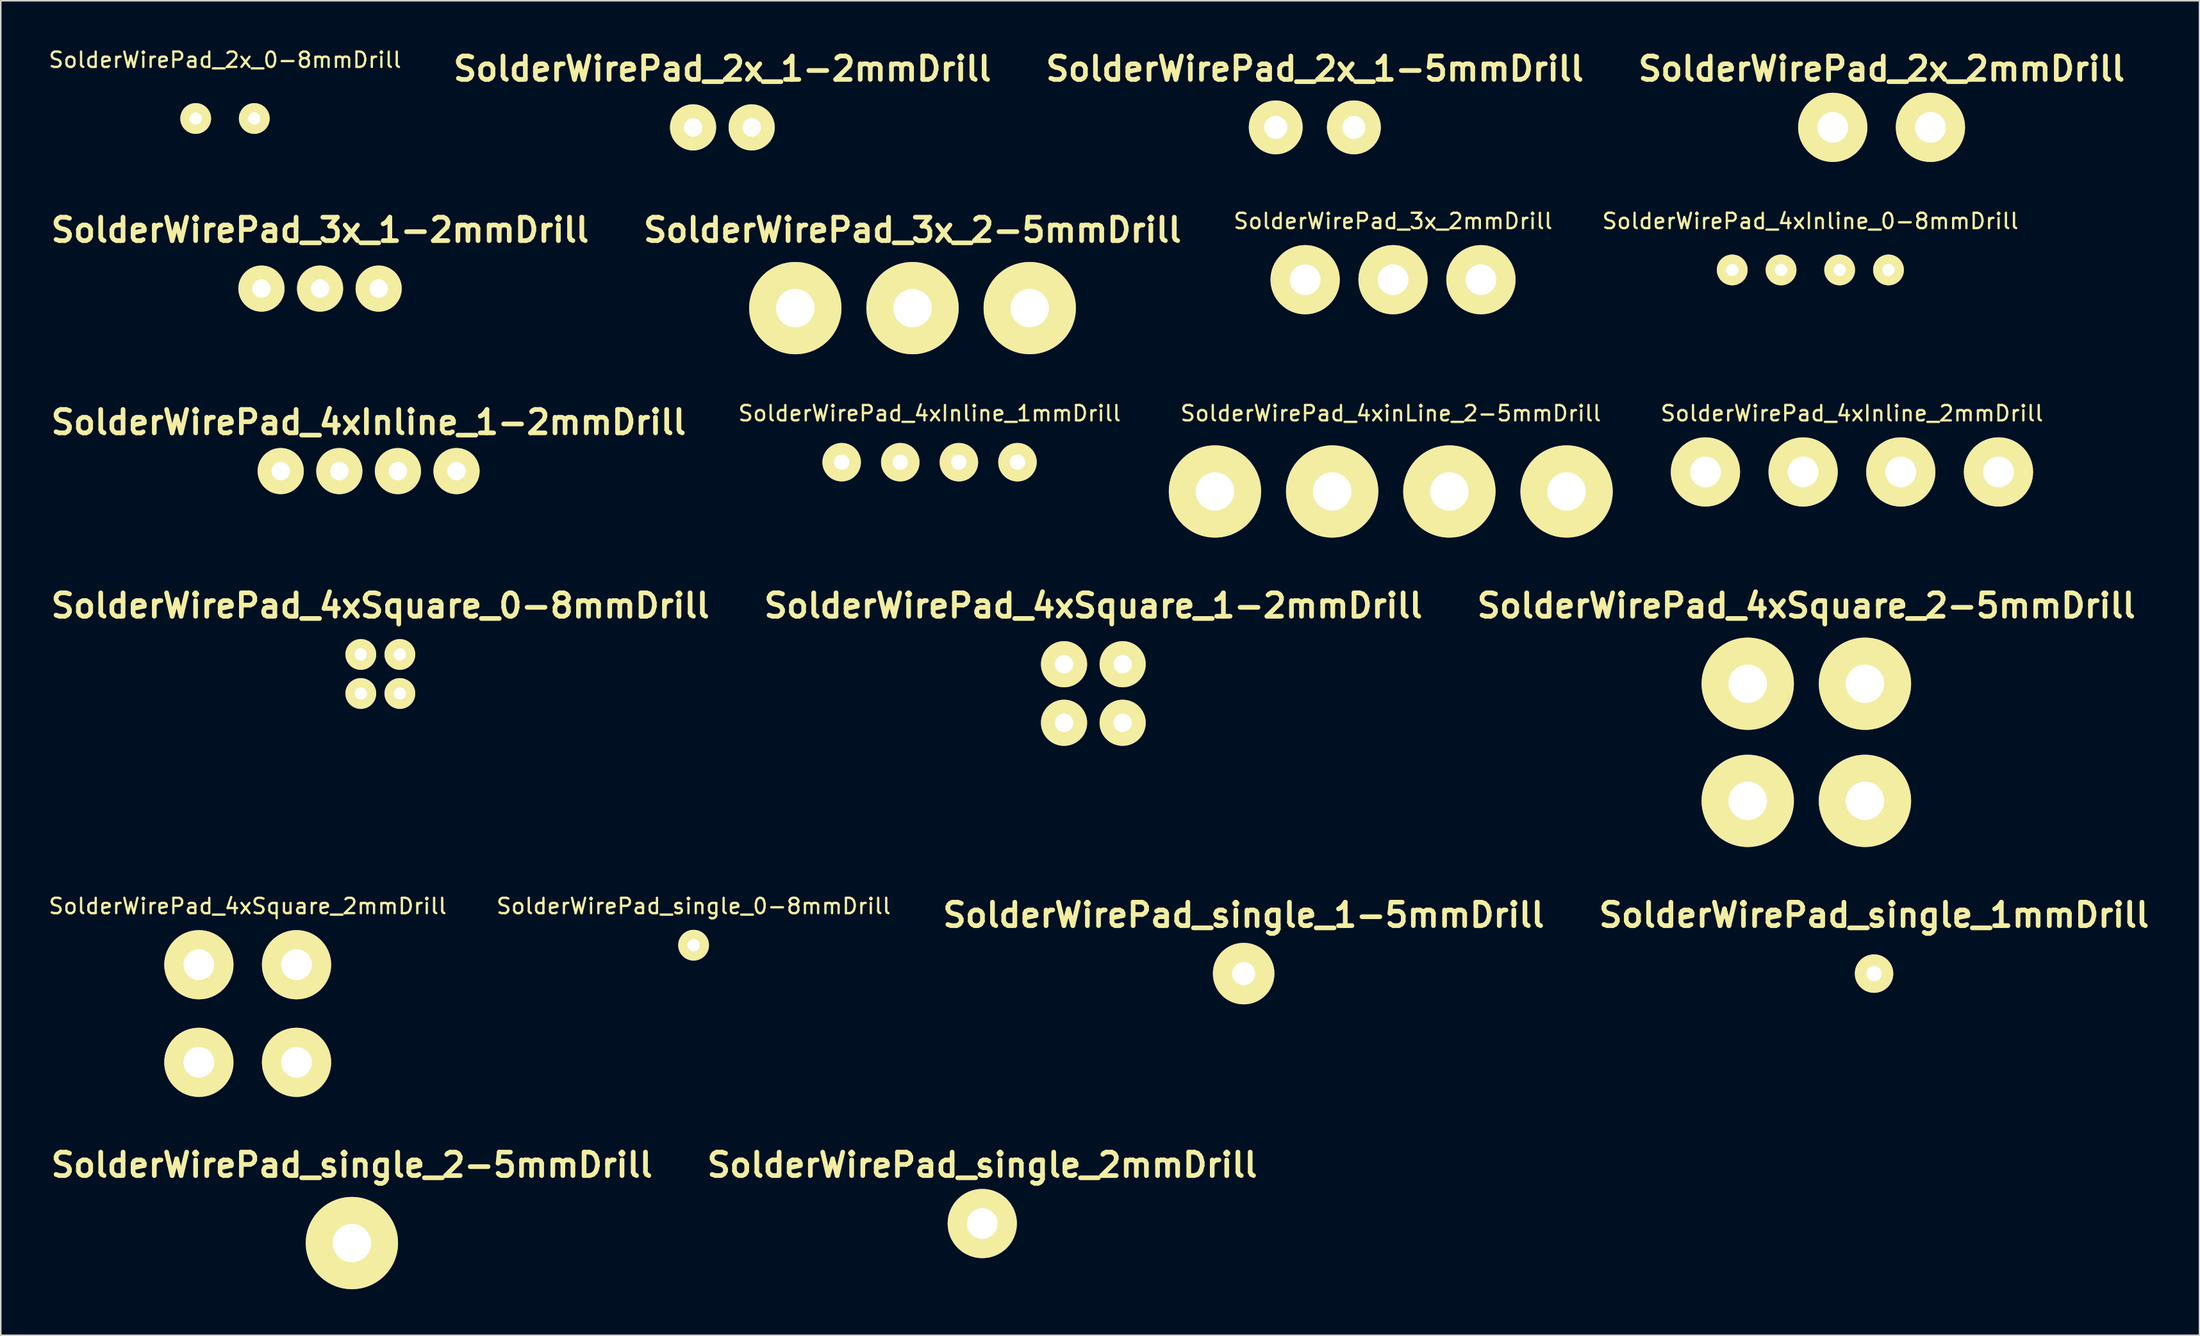
<source format=kicad_pcb>
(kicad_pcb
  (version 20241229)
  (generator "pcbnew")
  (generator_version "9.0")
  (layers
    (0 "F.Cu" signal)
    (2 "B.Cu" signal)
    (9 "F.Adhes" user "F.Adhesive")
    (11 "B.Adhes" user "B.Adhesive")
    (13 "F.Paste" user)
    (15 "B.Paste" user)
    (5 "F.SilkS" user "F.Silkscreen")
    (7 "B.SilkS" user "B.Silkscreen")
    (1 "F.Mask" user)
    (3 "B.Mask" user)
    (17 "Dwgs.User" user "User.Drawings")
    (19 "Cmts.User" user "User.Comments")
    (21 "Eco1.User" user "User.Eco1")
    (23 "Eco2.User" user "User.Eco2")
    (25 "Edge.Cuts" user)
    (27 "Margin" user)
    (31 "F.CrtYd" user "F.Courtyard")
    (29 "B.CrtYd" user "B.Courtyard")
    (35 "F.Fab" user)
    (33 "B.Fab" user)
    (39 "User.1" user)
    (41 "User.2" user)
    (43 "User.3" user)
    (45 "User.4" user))
  (footprint "SolderWirePad_4xSquare_0-8mmDrill"
    (layer "F.Cu")
    (at 21.677 40.793)
    (property "Reference" "SolderWirePad_4xSquare_0-8mmDrill" (at 0 -4.445 0) (layer "F.SilkS") (effects (font (size 1.524 1.524) (thickness 0.305))))
    (attr through_hole)
    (pad "1" thru_hole circle (at -1.27 -1.27) (size 1.999 1.999) (drill 0.8) (layers "*.Cu" "*.Mask" "F.SilkS"))
    (pad "1" thru_hole circle (at -1.27 1.27) (size 1.999 1.999) (drill 0.8) (layers "*.Cu" "*.Mask" "F.SilkS"))
    (pad "1" thru_hole circle (at 1.27 -1.27) (size 1.999 1.999) (drill 0.8) (layers "*.Cu" "*.Mask" "F.SilkS"))
    (pad "1" thru_hole circle (at 1.27 1.27) (size 1.999 1.999) (drill 0.8) (layers "*.Cu" "*.Mask" "F.SilkS")))
  (footprint "SolderWirePad_single_2-5mmDrill"
    (layer "F.Cu")
    (at 19.827 77.812)
    (property "Reference" "SolderWirePad_single_2-5mmDrill" (at 0 -5.08 0) (layer "F.SilkS") (effects (font (size 1.524 1.524) (thickness 0.305))))
    (attr through_hole)
    (pad "1" thru_hole circle (at 0 0) (size 5.999 5.999) (drill 2.499) (layers "*.Cu" "*.Mask" "F.SilkS")))
  (footprint "SolderWirePad_4xinLine_2-5mmDrill"
    (layer "F.Cu")
    (at 87.367 28.921)
    (property "Reference" "SolderWirePad_4xinLine_2-5mmDrill" (at 0 -5.08 0) (layer "F.SilkS") (effects (font (size 1 1) (thickness 0.15))))
    (attr through_hole)
    (pad "1" thru_hole circle (at -11.43 0) (size 5.999 5.999) (drill 2.499) (layers "*.Cu" "*.Mask" "F.SilkS"))
    (pad "1" thru_hole circle (at -3.81 0) (size 5.999 5.999) (drill 2.499) (layers "*.Cu" "*.Mask" "F.SilkS"))
    (pad "1" thru_hole circle (at 3.81 0) (size 5.999 5.999) (drill 2.499) (layers "*.Cu" "*.Mask" "F.SilkS"))
    (pad "1" thru_hole circle (at 11.43 0) (size 5.999 5.999) (drill 2.499) (layers "*.Cu" "*.Mask" "F.SilkS")))
  (footprint "SolderWirePad_2x_1-5mmDrill"
    (layer "F.Cu")
    (at 82.429 5.236)
    (property "Reference" "SolderWirePad_2x_1-5mmDrill" (at 0 -3.81 0) (layer "F.SilkS") (effects (font (size 1.524 1.524) (thickness 0.305))))
    (attr through_hole)
    (pad "1" thru_hole circle (at -2.54 0) (size 3.5 3.5) (drill 1.501) (layers "*.Cu" "*.Mask" "F.SilkS"))
    (pad "1" thru_hole circle (at 2.54 0) (size 3.5 3.5) (drill 1.501) (layers "*.Cu" "*.Mask" "F.SilkS")))
  (footprint "SolderWirePad_2x_2mmDrill"
    (layer "F.Cu")
    (at 119.277 5.236)
    (property "Reference" "SolderWirePad_2x_2mmDrill" (at 0 -3.81 0) (layer "F.SilkS") (effects (font (size 1.524 1.524) (thickness 0.305))))
    (attr through_hole)
    (pad "1" thru_hole circle (at -3.175 0) (size 4.501 4.501) (drill 1.999) (layers "*.Cu" "*.Mask" "F.SilkS"))
    (pad "1" thru_hole circle (at 3.175 0) (size 4.501 4.501) (drill 1.999) (layers "*.Cu" "*.Mask" "F.SilkS")))
  (footprint "SolderWirePad_4xInline_1-2mmDrill"
    (layer "F.Cu")
    (at 20.915 27.595)
    (property "Reference" "SolderWirePad_4xInline_1-2mmDrill" (at 0 -3.175 0) (layer "F.SilkS") (effects (font (size 1.524 1.524) (thickness 0.305))))
    (attr through_hole)
    (pad "1" thru_hole circle (at -5.715 0) (size 3 3) (drill 1.199) (layers "*.Cu" "*.Mask" "F.SilkS"))
    (pad "1" thru_hole circle (at -1.905 0) (size 3 3) (drill 1.199) (layers "*.Cu" "*.Mask" "F.SilkS"))
    (pad "1" thru_hole circle (at 1.905 0) (size 3 3) (drill 1.199) (layers "*.Cu" "*.Mask" "F.SilkS"))
    (pad "1" thru_hole circle (at 5.715 0) (size 3 3) (drill 1.199) (layers "*.Cu" "*.Mask" "F.SilkS")))
  (footprint "SolderWirePad_single_1mmDrill"
    (layer "F.Cu")
    (at 118.787 60.284)
    (property "Reference" "SolderWirePad_single_1mmDrill" (at 0 -3.81 0) (layer "F.SilkS") (effects (font (size 1.524 1.524) (thickness 0.305))))
    (attr through_hole)
    (pad "1" thru_hole circle (at 0 0) (size 2.499 2.499) (drill 1.001) (layers "*.Cu" "*.Mask" "F.SilkS")))
  (footprint "SolderWirePad_4xSquare_2-5mmDrill"
    (layer "F.Cu")
    (at 114.385 45.238)
    (property "Reference" "SolderWirePad_4xSquare_2-5mmDrill" (at 0 -8.89 0) (layer "F.SilkS") (effects (font (size 1.524 1.524) (thickness 0.305))))
    (attr through_hole)
    (pad "1" thru_hole circle (at -3.81 -3.81) (size 5.999 5.999) (drill 2.499) (layers "*.Cu" "*.Mask" "F.SilkS"))
    (pad "1" thru_hole circle (at -3.81 3.81) (size 5.999 5.999) (drill 2.499) (layers "*.Cu" "*.Mask" "F.SilkS"))
    (pad "1" thru_hole circle (at 3.81 -3.81) (size 5.999 5.999) (drill 2.499) (layers "*.Cu" "*.Mask" "F.SilkS"))
    (pad "1" thru_hole circle (at 3.81 3.81) (size 5.999 5.999) (drill 2.499) (layers "*.Cu" "*.Mask" "F.SilkS")))
  (footprint "SolderWirePad_4xSquare_1-2mmDrill"
    (layer "F.Cu")
    (at 68.031 42.063)
    (property "Reference" "SolderWirePad_4xSquare_1-2mmDrill" (at 0 -5.715 0) (layer "F.SilkS") (effects (font (size 1.524 1.524) (thickness 0.305))))
    (attr through_hole)
    (pad "1" thru_hole circle (at -1.905 -1.905) (size 3 3) (drill 1.199) (layers "*.Cu" "*.Mask" "F.SilkS"))
    (pad "1" thru_hole circle (at -1.905 1.905) (size 3 3) (drill 1.199) (layers "*.Cu" "*.Mask" "F.SilkS"))
    (pad "1" thru_hole circle (at 1.905 -1.905) (size 3 3) (drill 1.199) (layers "*.Cu" "*.Mask" "F.SilkS"))
    (pad "1" thru_hole circle (at 1.905 1.905) (size 3 3) (drill 1.199) (layers "*.Cu" "*.Mask" "F.SilkS")))
  (footprint "SolderWirePad_4xSquare_2mmDrill"
    (layer "F.Cu")
    (at 13.054 62.881)
    (property "Reference" "SolderWirePad_4xSquare_2mmDrill" (at 0 -6.985 0) (layer "F.SilkS") (effects (font (size 1 1) (thickness 0.15))))
    (attr through_hole)
    (pad "1" thru_hole circle (at -3.175 -3.175) (size 4.501 4.501) (drill 1.999) (layers "*.Cu" "*.Mask" "F.SilkS"))
    (pad "1" thru_hole circle (at -3.175 3.175) (size 4.501 4.501) (drill 1.999) (layers "*.Cu" "*.Mask" "F.SilkS"))
    (pad "1" thru_hole circle (at 3.175 -3.175) (size 4.501 4.501) (drill 1.999) (layers "*.Cu" "*.Mask" "F.SilkS"))
    (pad "1" thru_hole circle (at 3.175 3.175) (size 4.501 4.501) (drill 1.999) (layers "*.Cu" "*.Mask" "F.SilkS")))
  (footprint "SolderWirePad_single_1-5mmDrill"
    (layer "F.Cu")
    (at 77.803 60.284)
    (property "Reference" "SolderWirePad_single_1-5mmDrill" (at 0 -3.81 0) (layer "F.SilkS") (effects (font (size 1.524 1.524) (thickness 0.305))))
    (attr through_hole)
    (pad "1" thru_hole circle (at 0 0) (size 4 4) (drill 1.501) (layers "*.Cu" "*.Mask" "F.SilkS")))
  (footprint "SolderWirePad_single_2mmDrill"
    (layer "F.Cu")
    (at 60.81 76.542)
    (property "Reference" "SolderWirePad_single_2mmDrill" (at 0 -3.81 0) (layer "F.SilkS") (effects (font (size 1.524 1.524) (thickness 0.305))))
    (attr through_hole)
    (pad "1" thru_hole circle (at 0 0) (size 4.501 4.501) (drill 1.999) (layers "*.Cu" "*.Mask" "F.SilkS")))
  (footprint "SolderWirePad_4xInline_0-8mmDrill"
    (layer "F.Cu")
    (at 114.646 14.51)
    (property "Reference" "SolderWirePad_4xInline_0-8mmDrill" (at 0 -3.175 0) (layer "F.SilkS") (effects (font (size 1 1) (thickness 0.15))))
    (attr through_hole)
    (pad "1" thru_hole circle (at -5.08 0) (size 1.999 1.999) (drill 0.8) (layers "*.Cu" "*.Mask" "F.SilkS"))
    (pad "1" thru_hole circle (at -1.905 0) (size 1.999 1.999) (drill 0.8) (layers "*.Cu" "*.Mask" "F.SilkS"))
    (pad "1" thru_hole circle (at 1.905 0) (size 1.999 1.999) (drill 0.8) (layers "*.Cu" "*.Mask" "F.SilkS"))
    (pad "1" thru_hole circle (at 5.08 0) (size 1.999 1.999) (drill 0.8) (layers "*.Cu" "*.Mask" "F.SilkS")))
  (footprint "SolderWirePad_4xInline_2mmDrill"
    (layer "F.Cu")
    (at 117.35 27.651)
    (property "Reference" "SolderWirePad_4xInline_2mmDrill" (at 0 -3.81 0) (layer "F.SilkS") (effects (font (size 1 1) (thickness 0.15))))
    (attr through_hole)
    (pad "1" thru_hole circle (at -9.525 0) (size 4.501 4.501) (drill 1.999) (layers "*.Cu" "*.Mask" "F.SilkS"))
    (pad "1" thru_hole circle (at -3.175 0) (size 4.501 4.501) (drill 1.999) (layers "*.Cu" "*.Mask" "F.SilkS"))
    (pad "1" thru_hole circle (at 3.175 0) (size 4.501 4.501) (drill 1.999) (layers "*.Cu" "*.Mask" "F.SilkS"))
    (pad "1" thru_hole circle (at 9.525 0) (size 4.501 4.501) (drill 1.999) (layers "*.Cu" "*.Mask" "F.SilkS")))
  (footprint "SolderWirePad_4xInline_1mmDrill"
    (layer "F.Cu")
    (at 57.384 27.016)
    (property "Reference" "SolderWirePad_4xInline_1mmDrill" (at 0 -3.175 0) (layer "F.SilkS") (effects (font (size 1 1) (thickness 0.15))))
    (attr through_hole)
    (pad "1" thru_hole circle (at -5.715 0) (size 2.499 2.499) (drill 1.001) (layers "*.Cu" "*.Mask" "F.SilkS"))
    (pad "1" thru_hole circle (at -1.905 0) (size 2.499 2.499) (drill 1.001) (layers "*.Cu" "*.Mask" "F.SilkS"))
    (pad "1" thru_hole circle (at 1.905 0) (size 2.499 2.499) (drill 1.001) (layers "*.Cu" "*.Mask" "F.SilkS"))
    (pad "1" thru_hole circle (at 5.715 0) (size 2.499 2.499) (drill 1.001) (layers "*.Cu" "*.Mask" "F.SilkS")))
  (footprint "SolderWirePad_3x_2mmDrill"
    (layer "F.Cu")
    (at 87.515 15.145)
    (property "Reference" "SolderWirePad_3x_2mmDrill" (at 0 -3.81 0) (layer "F.SilkS") (effects (font (size 1 1) (thickness 0.15))))
    (attr through_hole)
    (pad "1" thru_hole circle (at -5.715 0) (size 4.501 4.501) (drill 1.999) (layers "*.Cu" "*.Mask" "F.SilkS"))
    (pad "1" thru_hole circle (at 0 0) (size 4.501 4.501) (drill 1.999) (layers "*.Cu" "*.Mask" "F.SilkS"))
    (pad "1" thru_hole circle (at 5.715 0) (size 4.501 4.501) (drill 1.999) (layers "*.Cu" "*.Mask" "F.SilkS")))
  (footprint "SolderWirePad_single_0-8mmDrill"
    (layer "F.Cu")
    (at 42.042 58.436)
    (property "Reference" "SolderWirePad_single_0-8mmDrill" (at 0 -2.54 0) (layer "F.SilkS") (effects (font (size 1 1) (thickness 0.15))))
    (attr through_hole)
    (pad "1" thru_hole circle (at 0 0) (size 1.999 1.999) (drill 0.8) (layers "*.Cu" "*.Mask" "F.SilkS")))
  (footprint "SolderWirePad_2x_1-2mmDrill"
    (layer "F.Cu")
    (at 43.913 5.236)
    (property "Reference" "SolderWirePad_2x_1-2mmDrill" (at 0 -3.81 0) (layer "F.SilkS") (effects (font (size 1.524 1.524) (thickness 0.305))))
    (attr through_hole)
    (pad "1" thru_hole circle (at -1.905 0) (size 3 3) (drill 1.199) (layers "*.Cu" "*.Mask" "F.SilkS"))
    (pad "1" thru_hole circle (at 1.905 0) (size 3 3) (drill 1.199) (layers "*.Cu" "*.Mask" "F.SilkS")))
  (footprint "SolderWirePad_3x_1-2mmDrill"
    (layer "F.Cu")
    (at 17.758 15.723)
    (property "Reference" "SolderWirePad_3x_1-2mmDrill" (at 0 -3.81 0) (layer "F.SilkS") (effects (font (size 1.524 1.524) (thickness 0.305))))
    (attr through_hole)
    (pad "1" thru_hole circle (at -3.81 0) (size 3 3) (drill 1.199) (layers "*.Cu" "*.Mask" "F.SilkS"))
    (pad "1" thru_hole circle (at 0 0) (size 3 3) (drill 1.199) (layers "*.Cu" "*.Mask" "F.SilkS"))
    (pad "1" thru_hole circle (at 3.81 0) (size 3 3) (drill 1.199) (layers "*.Cu" "*.Mask" "F.SilkS")))
  (footprint "SolderWirePad_3x_2-5mmDrill"
    (layer "F.Cu")
    (at 56.275 16.993)
    (property "Reference" "SolderWirePad_3x_2-5mmDrill" (at 0 -5.08 0) (layer "F.SilkS") (effects (font (size 1.524 1.524) (thickness 0.305))))
    (attr through_hole)
    (pad "1" thru_hole circle (at -7.62 0) (size 5.999 5.999) (drill 2.499) (layers "*.Cu" "*.Mask" "F.SilkS"))
    (pad "1" thru_hole circle (at 0 0) (size 5.999 5.999) (drill 2.499) (layers "*.Cu" "*.Mask" "F.SilkS"))
    (pad "1" thru_hole circle (at 7.62 0) (size 5.999 5.999) (drill 2.499) (layers "*.Cu" "*.Mask" "F.SilkS")))
  (footprint "SolderWirePad_2x_0-8mmDrill"
    (layer "F.Cu")
    (at 11.577 4.658)
    (property "Reference" "SolderWirePad_2x_0-8mmDrill" (at 0 -3.81 0) (layer "F.SilkS") (effects (font (size 1 1) (thickness 0.15))))
    (attr through_hole)
    (pad "1" thru_hole circle (at -1.905 0) (size 1.999 1.999) (drill 0.8) (layers "*.Cu" "*.Mask" "F.SilkS"))
    (pad "1" thru_hole circle (at 1.905 0) (size 1.999 1.999) (drill 0.8) (layers "*.Cu" "*.Mask" "F.SilkS")))
  (gr_rect
    (start -3 -3)
    (end 139.944 83.812)
    (stroke (width 0.1) (type default))
    (fill no)
    (layer "Edge.Cuts")))
</source>
